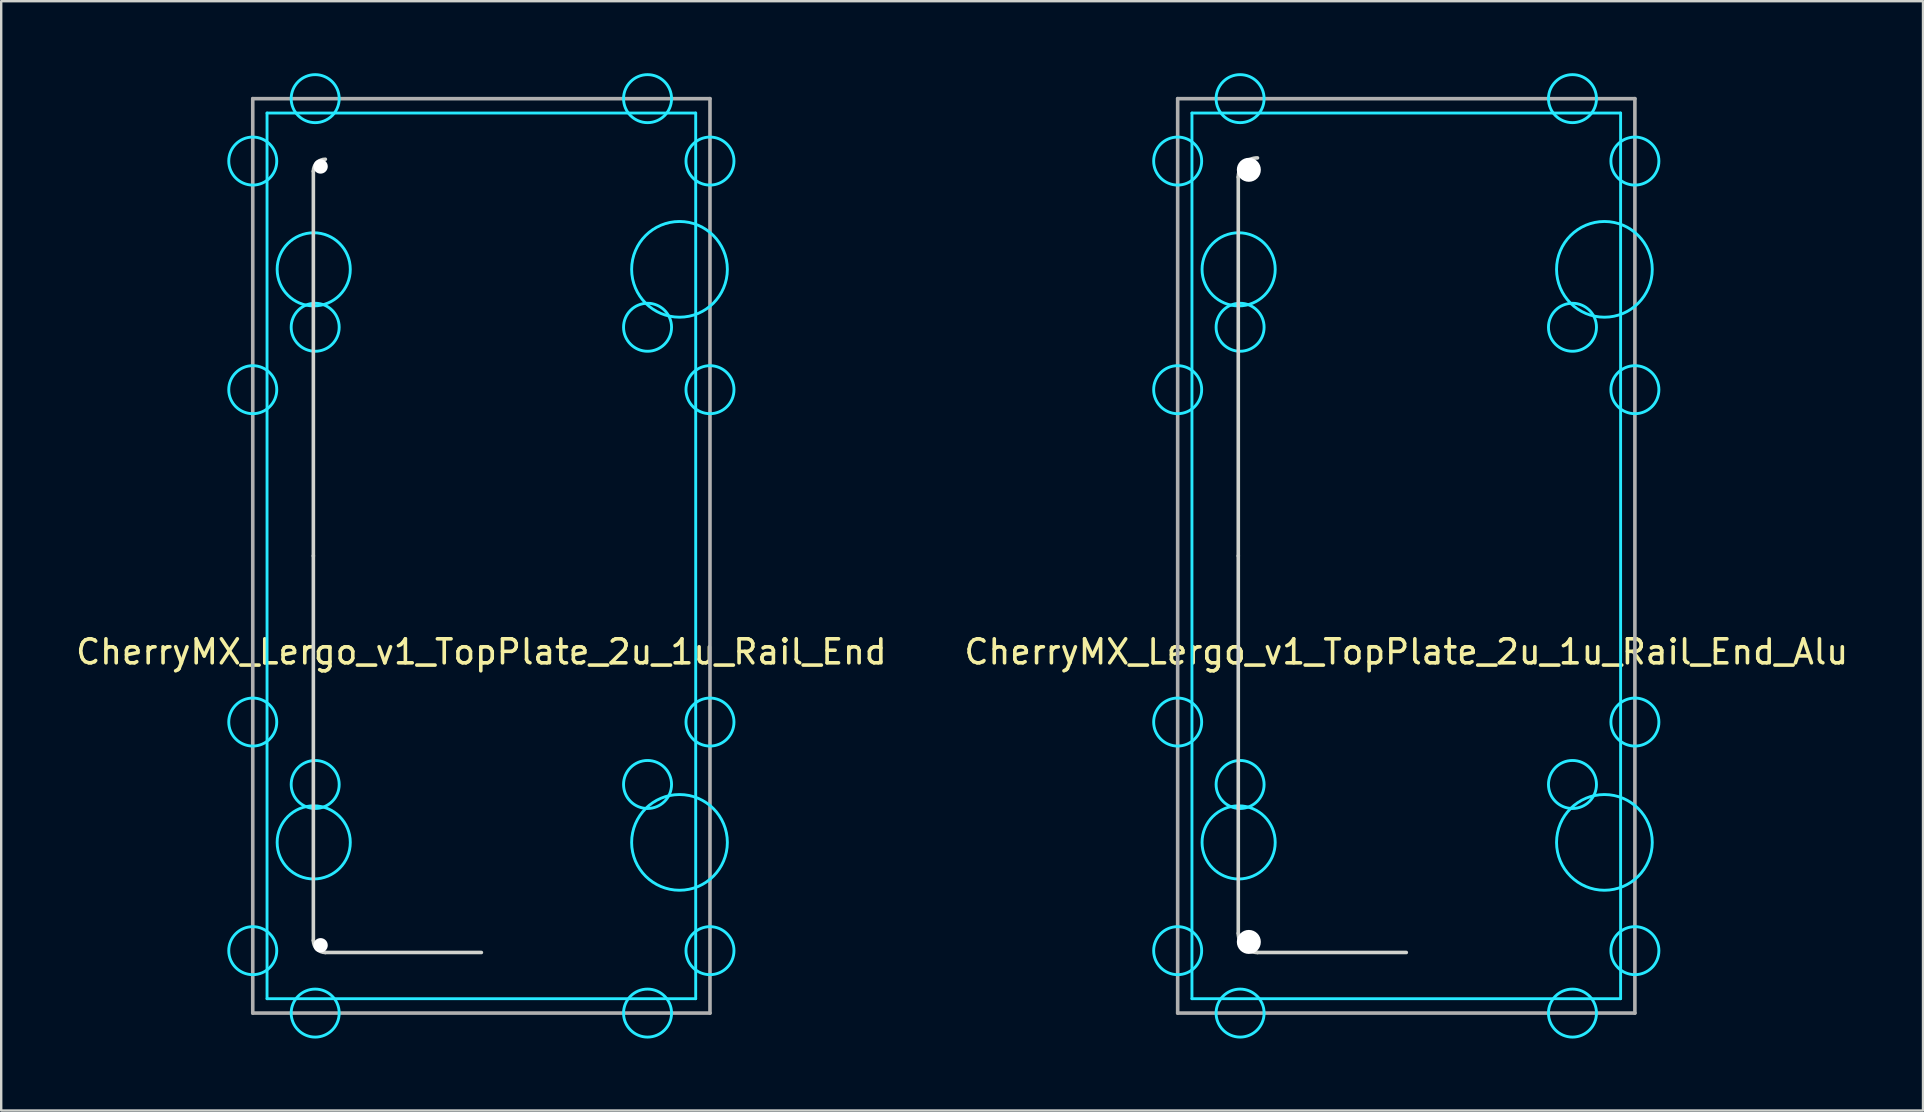
<source format=kicad_pcb>
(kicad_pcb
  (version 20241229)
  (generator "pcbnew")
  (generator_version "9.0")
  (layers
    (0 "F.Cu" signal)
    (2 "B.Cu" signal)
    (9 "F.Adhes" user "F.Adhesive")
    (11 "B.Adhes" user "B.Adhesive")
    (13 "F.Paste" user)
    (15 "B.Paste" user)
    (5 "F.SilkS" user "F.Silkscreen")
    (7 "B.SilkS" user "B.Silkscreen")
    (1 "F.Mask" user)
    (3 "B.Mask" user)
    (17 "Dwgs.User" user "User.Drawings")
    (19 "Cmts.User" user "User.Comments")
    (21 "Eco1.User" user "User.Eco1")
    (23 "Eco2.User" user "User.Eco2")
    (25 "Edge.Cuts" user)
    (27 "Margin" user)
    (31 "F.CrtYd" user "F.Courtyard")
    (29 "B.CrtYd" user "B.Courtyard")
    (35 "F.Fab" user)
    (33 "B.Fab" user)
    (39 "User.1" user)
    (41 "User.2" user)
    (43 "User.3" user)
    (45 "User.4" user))
  (footprint "CherryMX_Lergo_v1_TopPlate_2u_1u_Rail_End_Alu"
    (layer "F.Cu")
    (at 55.542 20.11)
    (property "Reference" "CherryMX_Lergo_v1_TopPlate_2u_1u_Rail_End_Alu" (at 0 4 0) (layer "F.SilkS") (effects (font (size 1 1) (thickness 0.15))))
    (attr through_hole)
    (fp_line (start -7 -15.781) (end -7 0) (stroke (width 0.15) (type solid)) (layer "Edge.Cuts"))
    (fp_line (start -7 0) (end -7 15.725) (stroke (width 0.15) (type solid)) (layer "Edge.Cuts"))
    (fp_line (start -6.2 16.525) (end 0 16.525) (stroke (width 0.15) (type solid)) (layer "Edge.Cuts"))
    (fp_arc (start -7 -15.78087) (mid -6.765685 -16.346555) (end -6.2 -16.58087) (stroke (width 0.15) (type solid)) (layer "Edge.Cuts"))
    (fp_arc (start -6.2 16.525) (mid -6.765685 16.290685) (end -7 15.725) (stroke (width 0.15) (type solid)) (layer "Edge.Cuts"))
    (fp_line (start -8.93 -18.45) (end 8.93 -18.45) (stroke (width 0.12) (type solid)) (layer "B.CrtYd"))
    (fp_line (start -8.93 18.45) (end -8.93 -18.45) (stroke (width 0.12) (type solid)) (layer "B.CrtYd"))
    (fp_line (start 8.93 -18.45) (end 8.93 18.45) (stroke (width 0.12) (type solid)) (layer "B.CrtYd"))
    (fp_line (start 8.93 18.45) (end -8.93 18.45) (stroke (width 0.12) (type solid)) (layer "B.CrtYd"))
    (fp_circle (center -9.525 -16.449) (end -8.525 -16.449) (stroke (width 0.12) (type solid)) (fill no) (layer "B.CrtYd"))
    (fp_circle (center -9.525 -6.924) (end -8.525 -6.924) (stroke (width 0.12) (type solid)) (fill no) (layer "B.CrtYd"))
    (fp_circle (center -9.525 6.924) (end -8.525 6.924) (stroke (width 0.12) (type solid)) (fill no) (layer "B.CrtYd"))
    (fp_circle (center -9.525 16.449) (end -10.525 16.449) (stroke (width 0.12) (type solid)) (fill no) (layer "B.CrtYd"))
    (fp_circle (center -6.985 -11.938) (end -5.461 -11.938) (stroke (width 0.12) (type solid)) (fill no) (layer "B.CrtYd"))
    (fp_circle (center -6.985 11.938) (end -5.461 11.938) (stroke (width 0.12) (type solid)) (fill no) (layer "B.CrtYd"))
    (fp_circle (center -6.924 -19.05) (end -5.924 -19.05) (stroke (width 0.12) (type solid)) (fill no) (layer "B.CrtYd"))
    (fp_circle (center -6.924 -9.525) (end -5.924 -9.525) (stroke (width 0.12) (type solid)) (fill no) (layer "B.CrtYd"))
    (fp_circle (center -6.924 9.525) (end -5.924 9.525) (stroke (width 0.12) (type solid)) (fill no) (layer "B.CrtYd"))
    (fp_circle (center -6.924 19.05) (end -5.924 19.05) (stroke (width 0.12) (type solid)) (fill no) (layer "B.CrtYd"))
    (fp_circle (center 6.924 -19.05) (end 7.924 -19.05) (stroke (width 0.12) (type solid)) (fill no) (layer "B.CrtYd"))
    (fp_circle (center 6.924 -9.525) (end 7.924 -9.525) (stroke (width 0.12) (type solid)) (fill no) (layer "B.CrtYd"))
    (fp_circle (center 6.924 9.525) (end 7.924 9.525) (stroke (width 0.12) (type solid)) (fill no) (layer "B.CrtYd"))
    (fp_circle (center 6.924 19.05) (end 7.924 19.05) (stroke (width 0.12) (type solid)) (fill no) (layer "B.CrtYd"))
    (fp_circle (center 8.255 -11.938) (end 10.249 -11.938) (stroke (width 0.12) (type solid)) (fill no) (layer "B.CrtYd"))
    (fp_circle (center 8.255 11.938) (end 10.249 11.938) (stroke (width 0.12) (type solid)) (fill no) (layer "B.CrtYd"))
    (fp_circle (center 9.525 -16.449) (end 10.525 -16.449) (stroke (width 0.12) (type solid)) (fill no) (layer "B.CrtYd"))
    (fp_circle (center 9.525 -6.924) (end 10.525 -6.924) (stroke (width 0.12) (type solid)) (fill no) (layer "B.CrtYd"))
    (fp_circle (center 9.525 6.924) (end 10.525 6.924) (stroke (width 0.12) (type solid)) (fill no) (layer "B.CrtYd"))
    (fp_circle (center 9.525 16.449) (end 8.525 16.449) (stroke (width 0.12) (type solid)) (fill no) (layer "B.CrtYd"))
    (fp_line (start -9.525 -19.05) (end -9.525 19.05) (stroke (width 0.15) (type solid)) (layer "F.Fab"))
    (fp_line (start -9.525 19.05) (end 9.525 19.05) (stroke (width 0.15) (type solid)) (layer "F.Fab"))
    (fp_line (start 9.525 -19.05) (end -9.525 -19.05) (stroke (width 0.15) (type solid)) (layer "F.Fab"))
    (fp_line (start 9.525 19.05) (end 9.525 -19.05) (stroke (width 0.15) (type solid)) (layer "F.Fab"))
    (pad "" np_thru_hole circle (at -6.56 -16.085) (size 1 1) (drill 1) (layers "*.Cu"))
    (pad "" np_thru_hole circle (at -6.56 16.085 90) (size 1 1) (drill 1) (layers "*.Cu")))
  (footprint "CherryMX_Lergo_v1_TopPlate_2u_1u_Rail_End"
    (layer "F.Cu")
    (at 17.006 20.11)
    (property "Reference" "CherryMX_Lergo_v1_TopPlate_2u_1u_Rail_End" (at 0 4 0) (layer "F.SilkS") (effects (font (size 1 1) (thickness 0.15))))
    (attr through_hole)
    (fp_line (start -7 -16.025) (end -7 0) (stroke (width 0.15) (type solid)) (layer "Edge.Cuts"))
    (fp_line (start -7 0) (end -7 16.025) (stroke (width 0.15) (type solid)) (layer "Edge.Cuts"))
    (fp_line (start -6.5 16.525) (end 0 16.525) (stroke (width 0.15) (type solid)) (layer "Edge.Cuts"))
    (fp_arc (start -7 -16.025) (mid -6.853553 -16.378553) (end -6.5 -16.525) (stroke (width 0.15) (type solid)) (layer "Edge.Cuts"))
    (fp_arc (start -6.5 16.525) (mid -6.853553 16.378553) (end -7 16.025) (stroke (width 0.15) (type solid)) (layer "Edge.Cuts"))
    (fp_line (start -8.93 -18.45) (end 8.93 -18.45) (stroke (width 0.12) (type solid)) (layer "B.CrtYd"))
    (fp_line (start -8.93 18.45) (end -8.93 -18.45) (stroke (width 0.12) (type solid)) (layer "B.CrtYd"))
    (fp_line (start 8.93 -18.45) (end 8.93 18.45) (stroke (width 0.12) (type solid)) (layer "B.CrtYd"))
    (fp_line (start 8.93 18.45) (end -8.93 18.45) (stroke (width 0.12) (type solid)) (layer "B.CrtYd"))
    (fp_circle (center -9.525 -16.449) (end -8.525 -16.449) (stroke (width 0.12) (type solid)) (fill no) (layer "B.CrtYd"))
    (fp_circle (center -9.525 -6.924) (end -8.525 -6.924) (stroke (width 0.12) (type solid)) (fill no) (layer "B.CrtYd"))
    (fp_circle (center -9.525 6.924) (end -8.525 6.924) (stroke (width 0.12) (type solid)) (fill no) (layer "B.CrtYd"))
    (fp_circle (center -9.525 16.449) (end -10.525 16.449) (stroke (width 0.12) (type solid)) (fill no) (layer "B.CrtYd"))
    (fp_circle (center -6.985 -11.938) (end -5.461 -11.938) (stroke (width 0.12) (type solid)) (fill no) (layer "B.CrtYd"))
    (fp_circle (center -6.985 11.938) (end -5.461 11.938) (stroke (width 0.12) (type solid)) (fill no) (layer "B.CrtYd"))
    (fp_circle (center -6.924 -19.05) (end -5.924 -19.05) (stroke (width 0.12) (type solid)) (fill no) (layer "B.CrtYd"))
    (fp_circle (center -6.924 -9.525) (end -5.924 -9.525) (stroke (width 0.12) (type solid)) (fill no) (layer "B.CrtYd"))
    (fp_circle (center -6.924 9.525) (end -5.924 9.525) (stroke (width 0.12) (type solid)) (fill no) (layer "B.CrtYd"))
    (fp_circle (center -6.924 19.05) (end -5.924 19.05) (stroke (width 0.12) (type solid)) (fill no) (layer "B.CrtYd"))
    (fp_circle (center 6.924 -19.05) (end 7.924 -19.05) (stroke (width 0.12) (type solid)) (fill no) (layer "B.CrtYd"))
    (fp_circle (center 6.924 -9.525) (end 7.924 -9.525) (stroke (width 0.12) (type solid)) (fill no) (layer "B.CrtYd"))
    (fp_circle (center 6.924 9.525) (end 7.924 9.525) (stroke (width 0.12) (type solid)) (fill no) (layer "B.CrtYd"))
    (fp_circle (center 6.924 19.05) (end 7.924 19.05) (stroke (width 0.12) (type solid)) (fill no) (layer "B.CrtYd"))
    (fp_circle (center 8.255 -11.938) (end 10.249 -11.938) (stroke (width 0.12) (type solid)) (fill no) (layer "B.CrtYd"))
    (fp_circle (center 8.255 11.938) (end 10.249 11.938) (stroke (width 0.12) (type solid)) (fill no) (layer "B.CrtYd"))
    (fp_circle (center 9.525 -16.449) (end 10.525 -16.449) (stroke (width 0.12) (type solid)) (fill no) (layer "B.CrtYd"))
    (fp_circle (center 9.525 -6.924) (end 10.525 -6.924) (stroke (width 0.12) (type solid)) (fill no) (layer "B.CrtYd"))
    (fp_circle (center 9.525 6.924) (end 10.525 6.924) (stroke (width 0.12) (type solid)) (fill no) (layer "B.CrtYd"))
    (fp_circle (center 9.525 16.449) (end 8.525 16.449) (stroke (width 0.12) (type solid)) (fill no) (layer "B.CrtYd"))
    (fp_line (start -9.525 -19.05) (end -9.525 19.05) (stroke (width 0.15) (type solid)) (layer "F.Fab"))
    (fp_line (start -9.525 19.05) (end 9.525 19.05) (stroke (width 0.15) (type solid)) (layer "F.Fab"))
    (fp_line (start 9.525 -19.05) (end -9.525 -19.05) (stroke (width 0.15) (type solid)) (layer "F.Fab"))
    (fp_line (start 9.525 19.05) (end 9.525 -19.05) (stroke (width 0.15) (type solid)) (layer "F.Fab"))
    (pad "" np_thru_hole circle (at -6.7 -16.225) (size 0.6 0.6) (drill 0.6) (layers "*.Cu"))
    (pad "" np_thru_hole circle (at -6.7 16.225) (size 0.6 0.6) (drill 0.6) (layers "*.Cu")))
  (gr_rect
    (start -3 -3)
    (end 77.071 43.22)
    (stroke (width 0.1) (type default))
    (fill no)
    (layer "Edge.Cuts")))
</source>
